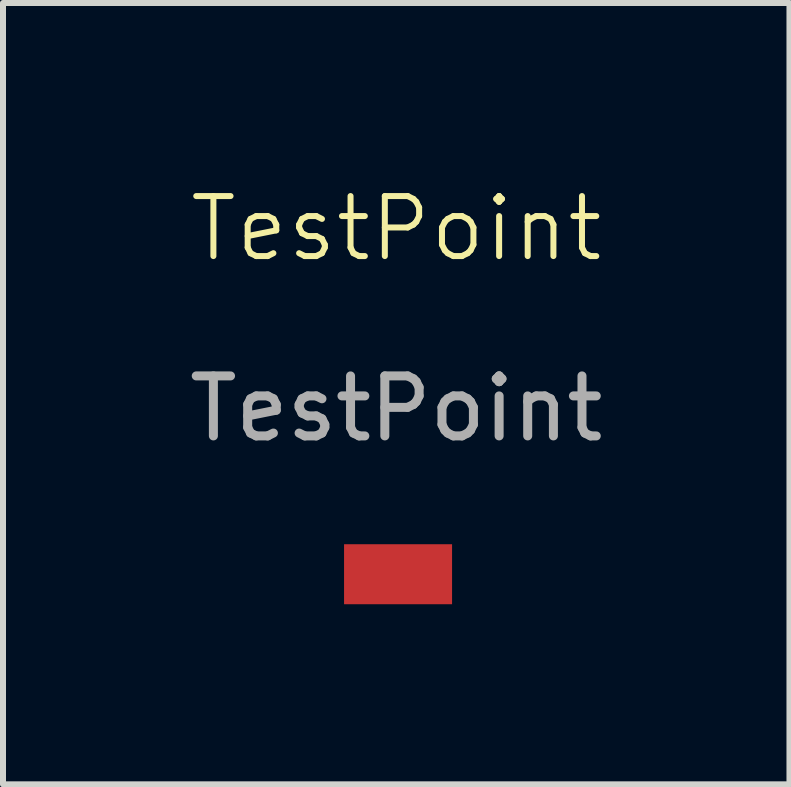
<source format=kicad_pcb>
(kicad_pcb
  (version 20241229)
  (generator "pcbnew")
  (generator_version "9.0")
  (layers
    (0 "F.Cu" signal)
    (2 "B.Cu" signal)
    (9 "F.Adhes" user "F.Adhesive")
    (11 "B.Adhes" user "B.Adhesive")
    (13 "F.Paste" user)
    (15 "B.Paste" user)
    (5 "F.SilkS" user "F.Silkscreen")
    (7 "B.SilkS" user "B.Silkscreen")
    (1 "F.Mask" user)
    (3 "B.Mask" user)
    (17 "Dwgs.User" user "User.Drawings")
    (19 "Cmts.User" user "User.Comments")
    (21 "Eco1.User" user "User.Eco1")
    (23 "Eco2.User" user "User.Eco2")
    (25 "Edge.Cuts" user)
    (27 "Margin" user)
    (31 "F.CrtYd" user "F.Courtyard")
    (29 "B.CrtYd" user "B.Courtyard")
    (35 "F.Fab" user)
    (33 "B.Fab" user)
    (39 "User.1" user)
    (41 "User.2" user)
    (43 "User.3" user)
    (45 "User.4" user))
  (footprint "TestPoint"
    (layer "F.Cu")
    (at 3.554 1.26)
    (property "Reference" "TestPoint" (at 0 -0.5 0) (unlocked yes) (layer "F.SilkS") (effects (font (size 1 1) (thickness 0.1))))
    (attr smd)
    (fp_text user "${REFERENCE}" (at 0 2.5 0) (unlocked yes) (layer "F.Fab") (effects (font (size 1 1) (thickness 0.15))))
    (pad "1" smd rect (at 0.03 5.26) (size 1.8 1) (layers "F.Cu" "F.Mask" "F.Paste")))
  (gr_rect
    (start -3 -3)
    (end 10.107 10.021)
    (stroke (width 0.1) (type default))
    (fill no)
    (layer "Edge.Cuts")))
</source>
